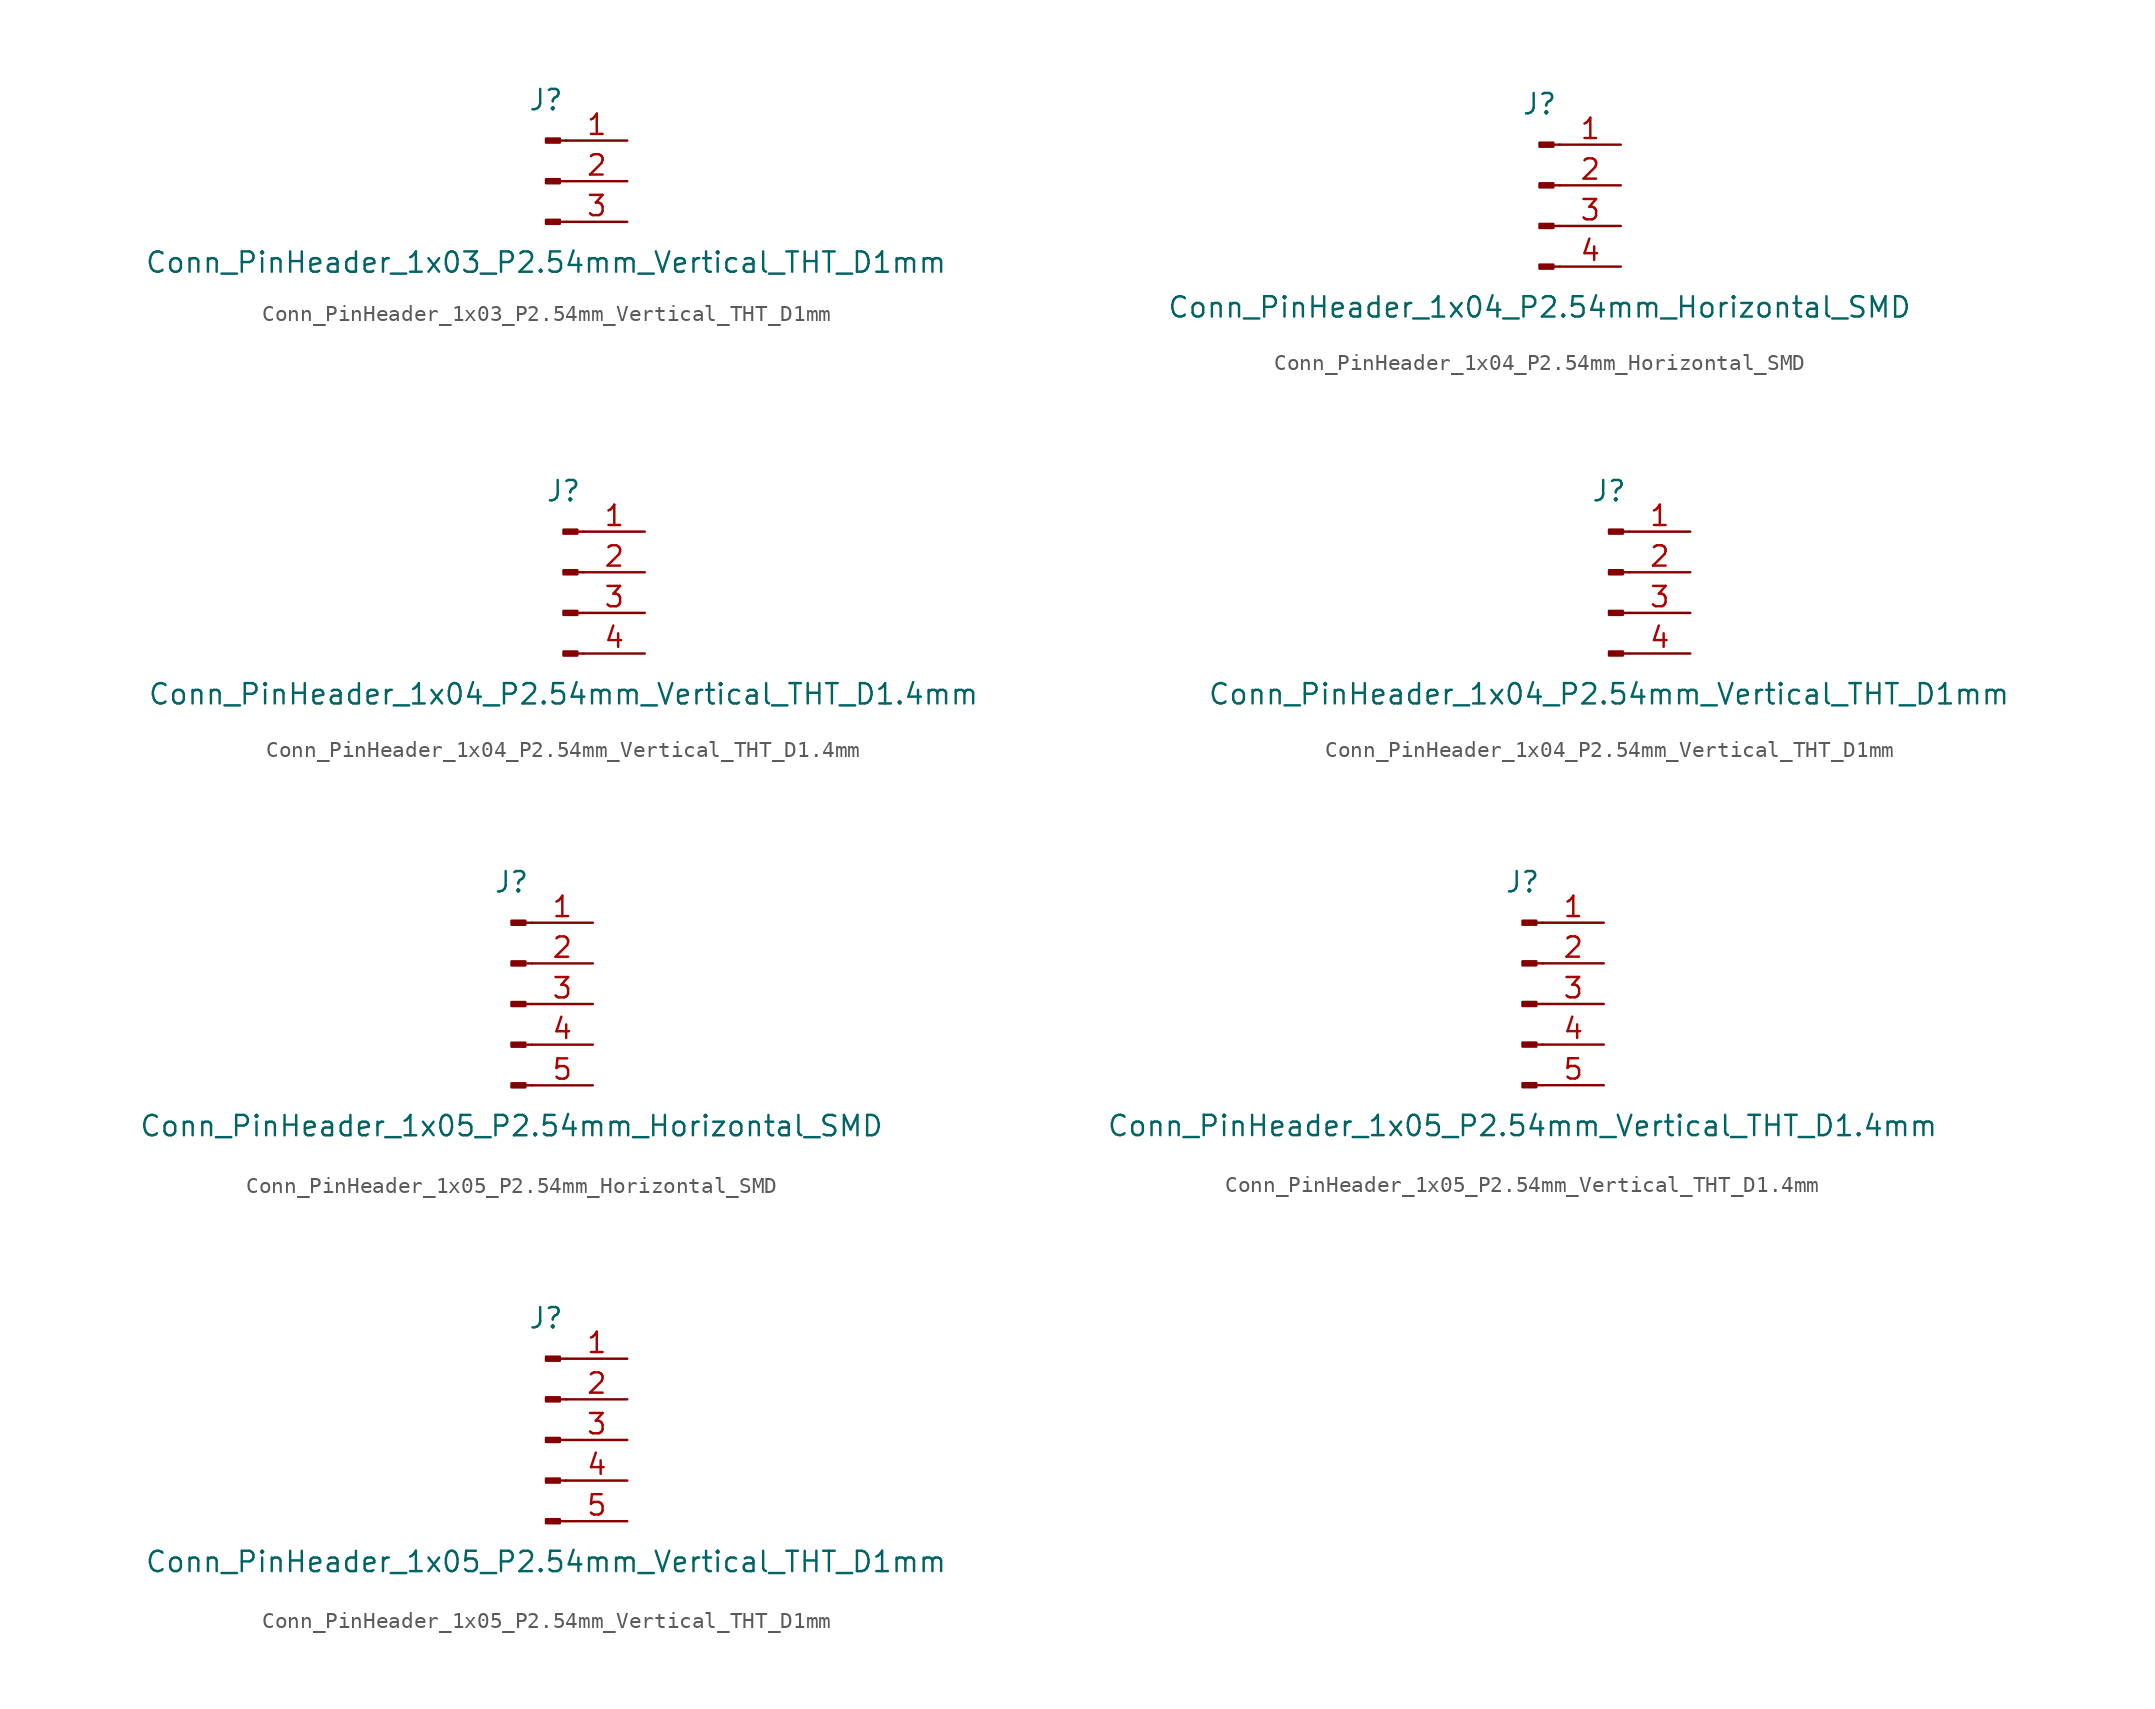
<source format=kicad_sym>
(kicad_symbol_lib
  (version 20220914)
  (generator kicad_symbol_editor)
  (symbol "Conn_PinHeader_1x03_P2.54mm_Vertical_THT_D1mm"
    (pin_names
      (offset 1.016) hide)
    (property "Reference" "J"
      (at 0 5.08 0)
      (effects (font (size 1.27 1.27))))
    (property "Value" "Conn_PinHeader_1x03_P2.54mm_Vertical_THT_D1mm"
      (at 0 -5.08 0)
      (effects (font (size 1.27 1.27))))
    (symbol "Conn_PinHeader_1x03_P2.54mm_Vertical_THT_D1mm_1_1"
      (polyline (pts (xy 1.27 -2.54) (xy 0.864 -2.54)) (stroke (width 0.152) (type solid)) (fill (type none)))
      (polyline (pts (xy 1.27 0) (xy 0.864 0)) (stroke (width 0.152) (type solid)) (fill (type none)))
      (polyline (pts (xy 1.27 2.54) (xy 0.864 2.54)) (stroke (width 0.152) (type solid)) (fill (type none)))
      (rectangle (start 0.864 -2.413) (end 0 -2.667) (stroke (width 0.152) (type solid)) (fill (type outline)))
      (rectangle (start 0.864 0.127) (end 0 -0.127) (stroke (width 0.152) (type solid)) (fill (type outline)))
      (rectangle (start 0.864 2.667) (end 0 2.413) (stroke (width 0.152) (type solid)) (fill (type outline)))
      (pin passive line (at 5.08 2.54 180) (length 3.81) (name "Pin_1" (effects (font (size 1.27 1.27)))) (number "1" (effects (font (size 1.27 1.27)))))
      (pin passive line (at 5.08 0 180) (length 3.81) (name "Pin_2" (effects (font (size 1.27 1.27)))) (number "2" (effects (font (size 1.27 1.27)))))
      (pin passive line (at 5.08 -2.54 180) (length 3.81) (name "Pin_3" (effects (font (size 1.27 1.27)))) (number "3" (effects (font (size 1.27 1.27)))))))
  (symbol "Conn_PinHeader_1x04_P2.54mm_Horizontal_SMD"
    (pin_names
      (offset 1.016) hide)
    (property "Reference" "J"
      (at 0 5.08 0)
      (effects (font (size 1.27 1.27))))
    (property "Value" "Conn_PinHeader_1x04_P2.54mm_Horizontal_SMD"
      (at 0 -7.62 0)
      (effects (font (size 1.27 1.27))))
    (symbol "Conn_PinHeader_1x04_P2.54mm_Horizontal_SMD_1_1"
      (polyline (pts (xy 1.27 -5.08) (xy 0.864 -5.08)) (stroke (width 0.152) (type solid)) (fill (type none)))
      (polyline (pts (xy 1.27 -2.54) (xy 0.864 -2.54)) (stroke (width 0.152) (type solid)) (fill (type none)))
      (polyline (pts (xy 1.27 0) (xy 0.864 0)) (stroke (width 0.152) (type solid)) (fill (type none)))
      (polyline (pts (xy 1.27 2.54) (xy 0.864 2.54)) (stroke (width 0.152) (type solid)) (fill (type none)))
      (rectangle (start 0.864 -4.953) (end 0 -5.207) (stroke (width 0.152) (type solid)) (fill (type outline)))
      (rectangle (start 0.864 -2.413) (end 0 -2.667) (stroke (width 0.152) (type solid)) (fill (type outline)))
      (rectangle (start 0.864 0.127) (end 0 -0.127) (stroke (width 0.152) (type solid)) (fill (type outline)))
      (rectangle (start 0.864 2.667) (end 0 2.413) (stroke (width 0.152) (type solid)) (fill (type outline)))
      (pin passive line (at 5.08 2.54 180) (length 3.81) (name "Pin_1" (effects (font (size 1.27 1.27)))) (number "1" (effects (font (size 1.27 1.27)))))
      (pin passive line (at 5.08 0 180) (length 3.81) (name "Pin_2" (effects (font (size 1.27 1.27)))) (number "2" (effects (font (size 1.27 1.27)))))
      (pin passive line (at 5.08 -2.54 180) (length 3.81) (name "Pin_3" (effects (font (size 1.27 1.27)))) (number "3" (effects (font (size 1.27 1.27)))))
      (pin passive line (at 5.08 -5.08 180) (length 3.81) (name "Pin_4" (effects (font (size 1.27 1.27)))) (number "4" (effects (font (size 1.27 1.27)))))))
  (symbol "Conn_PinHeader_1x04_P2.54mm_Vertical_THT_D1.4mm"
    (pin_names
      (offset 1.016) hide)
    (property "Reference" "J"
      (at 0 5.08 0)
      (effects (font (size 1.27 1.27))))
    (property "Value" "Conn_PinHeader_1x04_P2.54mm_Vertical_THT_D1.4mm"
      (at 0 -7.62 0)
      (effects (font (size 1.27 1.27))))
    (symbol "Conn_PinHeader_1x04_P2.54mm_Vertical_THT_D1.4mm_1_1"
      (polyline (pts (xy 1.27 -5.08) (xy 0.864 -5.08)) (stroke (width 0.152) (type solid)) (fill (type none)))
      (polyline (pts (xy 1.27 -2.54) (xy 0.864 -2.54)) (stroke (width 0.152) (type solid)) (fill (type none)))
      (polyline (pts (xy 1.27 0) (xy 0.864 0)) (stroke (width 0.152) (type solid)) (fill (type none)))
      (polyline (pts (xy 1.27 2.54) (xy 0.864 2.54)) (stroke (width 0.152) (type solid)) (fill (type none)))
      (rectangle (start 0.864 -4.953) (end 0 -5.207) (stroke (width 0.152) (type solid)) (fill (type outline)))
      (rectangle (start 0.864 -2.413) (end 0 -2.667) (stroke (width 0.152) (type solid)) (fill (type outline)))
      (rectangle (start 0.864 0.127) (end 0 -0.127) (stroke (width 0.152) (type solid)) (fill (type outline)))
      (rectangle (start 0.864 2.667) (end 0 2.413) (stroke (width 0.152) (type solid)) (fill (type outline)))
      (pin passive line (at 5.08 2.54 180) (length 3.81) (name "Pin_1" (effects (font (size 1.27 1.27)))) (number "1" (effects (font (size 1.27 1.27)))))
      (pin passive line (at 5.08 0 180) (length 3.81) (name "Pin_2" (effects (font (size 1.27 1.27)))) (number "2" (effects (font (size 1.27 1.27)))))
      (pin passive line (at 5.08 -2.54 180) (length 3.81) (name "Pin_3" (effects (font (size 1.27 1.27)))) (number "3" (effects (font (size 1.27 1.27)))))
      (pin passive line (at 5.08 -5.08 180) (length 3.81) (name "Pin_4" (effects (font (size 1.27 1.27)))) (number "4" (effects (font (size 1.27 1.27)))))))
  (symbol "Conn_PinHeader_1x04_P2.54mm_Vertical_THT_D1mm"
    (pin_names
      (offset 1.016) hide)
    (property "Reference" "J"
      (at 0 5.08 0)
      (effects (font (size 1.27 1.27))))
    (property "Value" "Conn_PinHeader_1x04_P2.54mm_Vertical_THT_D1mm"
      (at 0 -7.62 0)
      (effects (font (size 1.27 1.27))))
    (symbol "Conn_PinHeader_1x04_P2.54mm_Vertical_THT_D1mm_1_1"
      (polyline (pts (xy 1.27 -5.08) (xy 0.864 -5.08)) (stroke (width 0.152) (type solid)) (fill (type none)))
      (polyline (pts (xy 1.27 -2.54) (xy 0.864 -2.54)) (stroke (width 0.152) (type solid)) (fill (type none)))
      (polyline (pts (xy 1.27 0) (xy 0.864 0)) (stroke (width 0.152) (type solid)) (fill (type none)))
      (polyline (pts (xy 1.27 2.54) (xy 0.864 2.54)) (stroke (width 0.152) (type solid)) (fill (type none)))
      (rectangle (start 0.864 -4.953) (end 0 -5.207) (stroke (width 0.152) (type solid)) (fill (type outline)))
      (rectangle (start 0.864 -2.413) (end 0 -2.667) (stroke (width 0.152) (type solid)) (fill (type outline)))
      (rectangle (start 0.864 0.127) (end 0 -0.127) (stroke (width 0.152) (type solid)) (fill (type outline)))
      (rectangle (start 0.864 2.667) (end 0 2.413) (stroke (width 0.152) (type solid)) (fill (type outline)))
      (pin passive line (at 5.08 2.54 180) (length 3.81) (name "Pin_1" (effects (font (size 1.27 1.27)))) (number "1" (effects (font (size 1.27 1.27)))))
      (pin passive line (at 5.08 0 180) (length 3.81) (name "Pin_2" (effects (font (size 1.27 1.27)))) (number "2" (effects (font (size 1.27 1.27)))))
      (pin passive line (at 5.08 -2.54 180) (length 3.81) (name "Pin_3" (effects (font (size 1.27 1.27)))) (number "3" (effects (font (size 1.27 1.27)))))
      (pin passive line (at 5.08 -5.08 180) (length 3.81) (name "Pin_4" (effects (font (size 1.27 1.27)))) (number "4" (effects (font (size 1.27 1.27)))))))
  (symbol "Conn_PinHeader_1x05_P2.54mm_Horizontal_SMD"
    (pin_names
      (offset 1.016) hide)
    (property "Reference" "J"
      (at 0 7.62 0)
      (effects (font (size 1.27 1.27))))
    (property "Value" "Conn_PinHeader_1x05_P2.54mm_Horizontal_SMD"
      (at 0 -7.62 0)
      (effects (font (size 1.27 1.27))))
    (symbol "Conn_PinHeader_1x05_P2.54mm_Horizontal_SMD_1_1"
      (polyline (pts (xy 1.27 -5.08) (xy 0.864 -5.08)) (stroke (width 0.152) (type solid)) (fill (type none)))
      (polyline (pts (xy 1.27 -2.54) (xy 0.864 -2.54)) (stroke (width 0.152) (type solid)) (fill (type none)))
      (polyline (pts (xy 1.27 0) (xy 0.864 0)) (stroke (width 0.152) (type solid)) (fill (type none)))
      (polyline (pts (xy 1.27 2.54) (xy 0.864 2.54)) (stroke (width 0.152) (type solid)) (fill (type none)))
      (polyline (pts (xy 1.27 5.08) (xy 0.864 5.08)) (stroke (width 0.152) (type solid)) (fill (type none)))
      (rectangle (start 0.864 -4.953) (end 0 -5.207) (stroke (width 0.152) (type solid)) (fill (type outline)))
      (rectangle (start 0.864 -2.413) (end 0 -2.667) (stroke (width 0.152) (type solid)) (fill (type outline)))
      (rectangle (start 0.864 0.127) (end 0 -0.127) (stroke (width 0.152) (type solid)) (fill (type outline)))
      (rectangle (start 0.864 2.667) (end 0 2.413) (stroke (width 0.152) (type solid)) (fill (type outline)))
      (rectangle (start 0.864 5.207) (end 0 4.953) (stroke (width 0.152) (type solid)) (fill (type outline)))
      (pin passive line (at 5.08 5.08 180) (length 3.81) (name "Pin_1" (effects (font (size 1.27 1.27)))) (number "1" (effects (font (size 1.27 1.27)))))
      (pin passive line (at 5.08 2.54 180) (length 3.81) (name "Pin_2" (effects (font (size 1.27 1.27)))) (number "2" (effects (font (size 1.27 1.27)))))
      (pin passive line (at 5.08 0 180) (length 3.81) (name "Pin_3" (effects (font (size 1.27 1.27)))) (number "3" (effects (font (size 1.27 1.27)))))
      (pin passive line (at 5.08 -2.54 180) (length 3.81) (name "Pin_4" (effects (font (size 1.27 1.27)))) (number "4" (effects (font (size 1.27 1.27)))))
      (pin passive line (at 5.08 -5.08 180) (length 3.81) (name "Pin_5" (effects (font (size 1.27 1.27)))) (number "5" (effects (font (size 1.27 1.27)))))))
  (symbol "Conn_PinHeader_1x05_P2.54mm_Vertical_THT_D1.4mm"
    (pin_names
      (offset 1.016) hide)
    (property "Reference" "J"
      (at 0 7.62 0)
      (effects (font (size 1.27 1.27))))
    (property "Value" "Conn_PinHeader_1x05_P2.54mm_Vertical_THT_D1.4mm"
      (at 0 -7.62 0)
      (effects (font (size 1.27 1.27))))
    (symbol "Conn_PinHeader_1x05_P2.54mm_Vertical_THT_D1.4mm_1_1"
      (polyline (pts (xy 1.27 -5.08) (xy 0.864 -5.08)) (stroke (width 0.152) (type solid)) (fill (type none)))
      (polyline (pts (xy 1.27 -2.54) (xy 0.864 -2.54)) (stroke (width 0.152) (type solid)) (fill (type none)))
      (polyline (pts (xy 1.27 0) (xy 0.864 0)) (stroke (width 0.152) (type solid)) (fill (type none)))
      (polyline (pts (xy 1.27 2.54) (xy 0.864 2.54)) (stroke (width 0.152) (type solid)) (fill (type none)))
      (polyline (pts (xy 1.27 5.08) (xy 0.864 5.08)) (stroke (width 0.152) (type solid)) (fill (type none)))
      (rectangle (start 0.864 -4.953) (end 0 -5.207) (stroke (width 0.152) (type solid)) (fill (type outline)))
      (rectangle (start 0.864 -2.413) (end 0 -2.667) (stroke (width 0.152) (type solid)) (fill (type outline)))
      (rectangle (start 0.864 0.127) (end 0 -0.127) (stroke (width 0.152) (type solid)) (fill (type outline)))
      (rectangle (start 0.864 2.667) (end 0 2.413) (stroke (width 0.152) (type solid)) (fill (type outline)))
      (rectangle (start 0.864 5.207) (end 0 4.953) (stroke (width 0.152) (type solid)) (fill (type outline)))
      (pin passive line (at 5.08 5.08 180) (length 3.81) (name "Pin_1" (effects (font (size 1.27 1.27)))) (number "1" (effects (font (size 1.27 1.27)))))
      (pin passive line (at 5.08 2.54 180) (length 3.81) (name "Pin_2" (effects (font (size 1.27 1.27)))) (number "2" (effects (font (size 1.27 1.27)))))
      (pin passive line (at 5.08 0 180) (length 3.81) (name "Pin_3" (effects (font (size 1.27 1.27)))) (number "3" (effects (font (size 1.27 1.27)))))
      (pin passive line (at 5.08 -2.54 180) (length 3.81) (name "Pin_4" (effects (font (size 1.27 1.27)))) (number "4" (effects (font (size 1.27 1.27)))))
      (pin passive line (at 5.08 -5.08 180) (length 3.81) (name "Pin_5" (effects (font (size 1.27 1.27)))) (number "5" (effects (font (size 1.27 1.27)))))))
  (symbol "Conn_PinHeader_1x05_P2.54mm_Vertical_THT_D1mm"
    (pin_names
      (offset 1.016) hide)
    (property "Reference" "J"
      (at 0 7.62 0)
      (effects (font (size 1.27 1.27))))
    (property "Value" "Conn_PinHeader_1x05_P2.54mm_Vertical_THT_D1mm"
      (at 0 -7.62 0)
      (effects (font (size 1.27 1.27))))
    (symbol "Conn_PinHeader_1x05_P2.54mm_Vertical_THT_D1mm_1_1"
      (polyline (pts (xy 1.27 -5.08) (xy 0.864 -5.08)) (stroke (width 0.152) (type solid)) (fill (type none)))
      (polyline (pts (xy 1.27 -2.54) (xy 0.864 -2.54)) (stroke (width 0.152) (type solid)) (fill (type none)))
      (polyline (pts (xy 1.27 0) (xy 0.864 0)) (stroke (width 0.152) (type solid)) (fill (type none)))
      (polyline (pts (xy 1.27 2.54) (xy 0.864 2.54)) (stroke (width 0.152) (type solid)) (fill (type none)))
      (polyline (pts (xy 1.27 5.08) (xy 0.864 5.08)) (stroke (width 0.152) (type solid)) (fill (type none)))
      (rectangle (start 0.864 -4.953) (end 0 -5.207) (stroke (width 0.152) (type solid)) (fill (type outline)))
      (rectangle (start 0.864 -2.413) (end 0 -2.667) (stroke (width 0.152) (type solid)) (fill (type outline)))
      (rectangle (start 0.864 0.127) (end 0 -0.127) (stroke (width 0.152) (type solid)) (fill (type outline)))
      (rectangle (start 0.864 2.667) (end 0 2.413) (stroke (width 0.152) (type solid)) (fill (type outline)))
      (rectangle (start 0.864 5.207) (end 0 4.953) (stroke (width 0.152) (type solid)) (fill (type outline)))
      (pin passive line (at 5.08 5.08 180) (length 3.81) (name "Pin_1" (effects (font (size 1.27 1.27)))) (number "1" (effects (font (size 1.27 1.27)))))
      (pin passive line (at 5.08 2.54 180) (length 3.81) (name "Pin_2" (effects (font (size 1.27 1.27)))) (number "2" (effects (font (size 1.27 1.27)))))
      (pin passive line (at 5.08 0 180) (length 3.81) (name "Pin_3" (effects (font (size 1.27 1.27)))) (number "3" (effects (font (size 1.27 1.27)))))
      (pin passive line (at 5.08 -2.54 180) (length 3.81) (name "Pin_4" (effects (font (size 1.27 1.27)))) (number "4" (effects (font (size 1.27 1.27)))))
      (pin passive line (at 5.08 -5.08 180) (length 3.81) (name "Pin_5" (effects (font (size 1.27 1.27)))) (number "5" (effects (font (size 1.27 1.27))))))))
</source>
